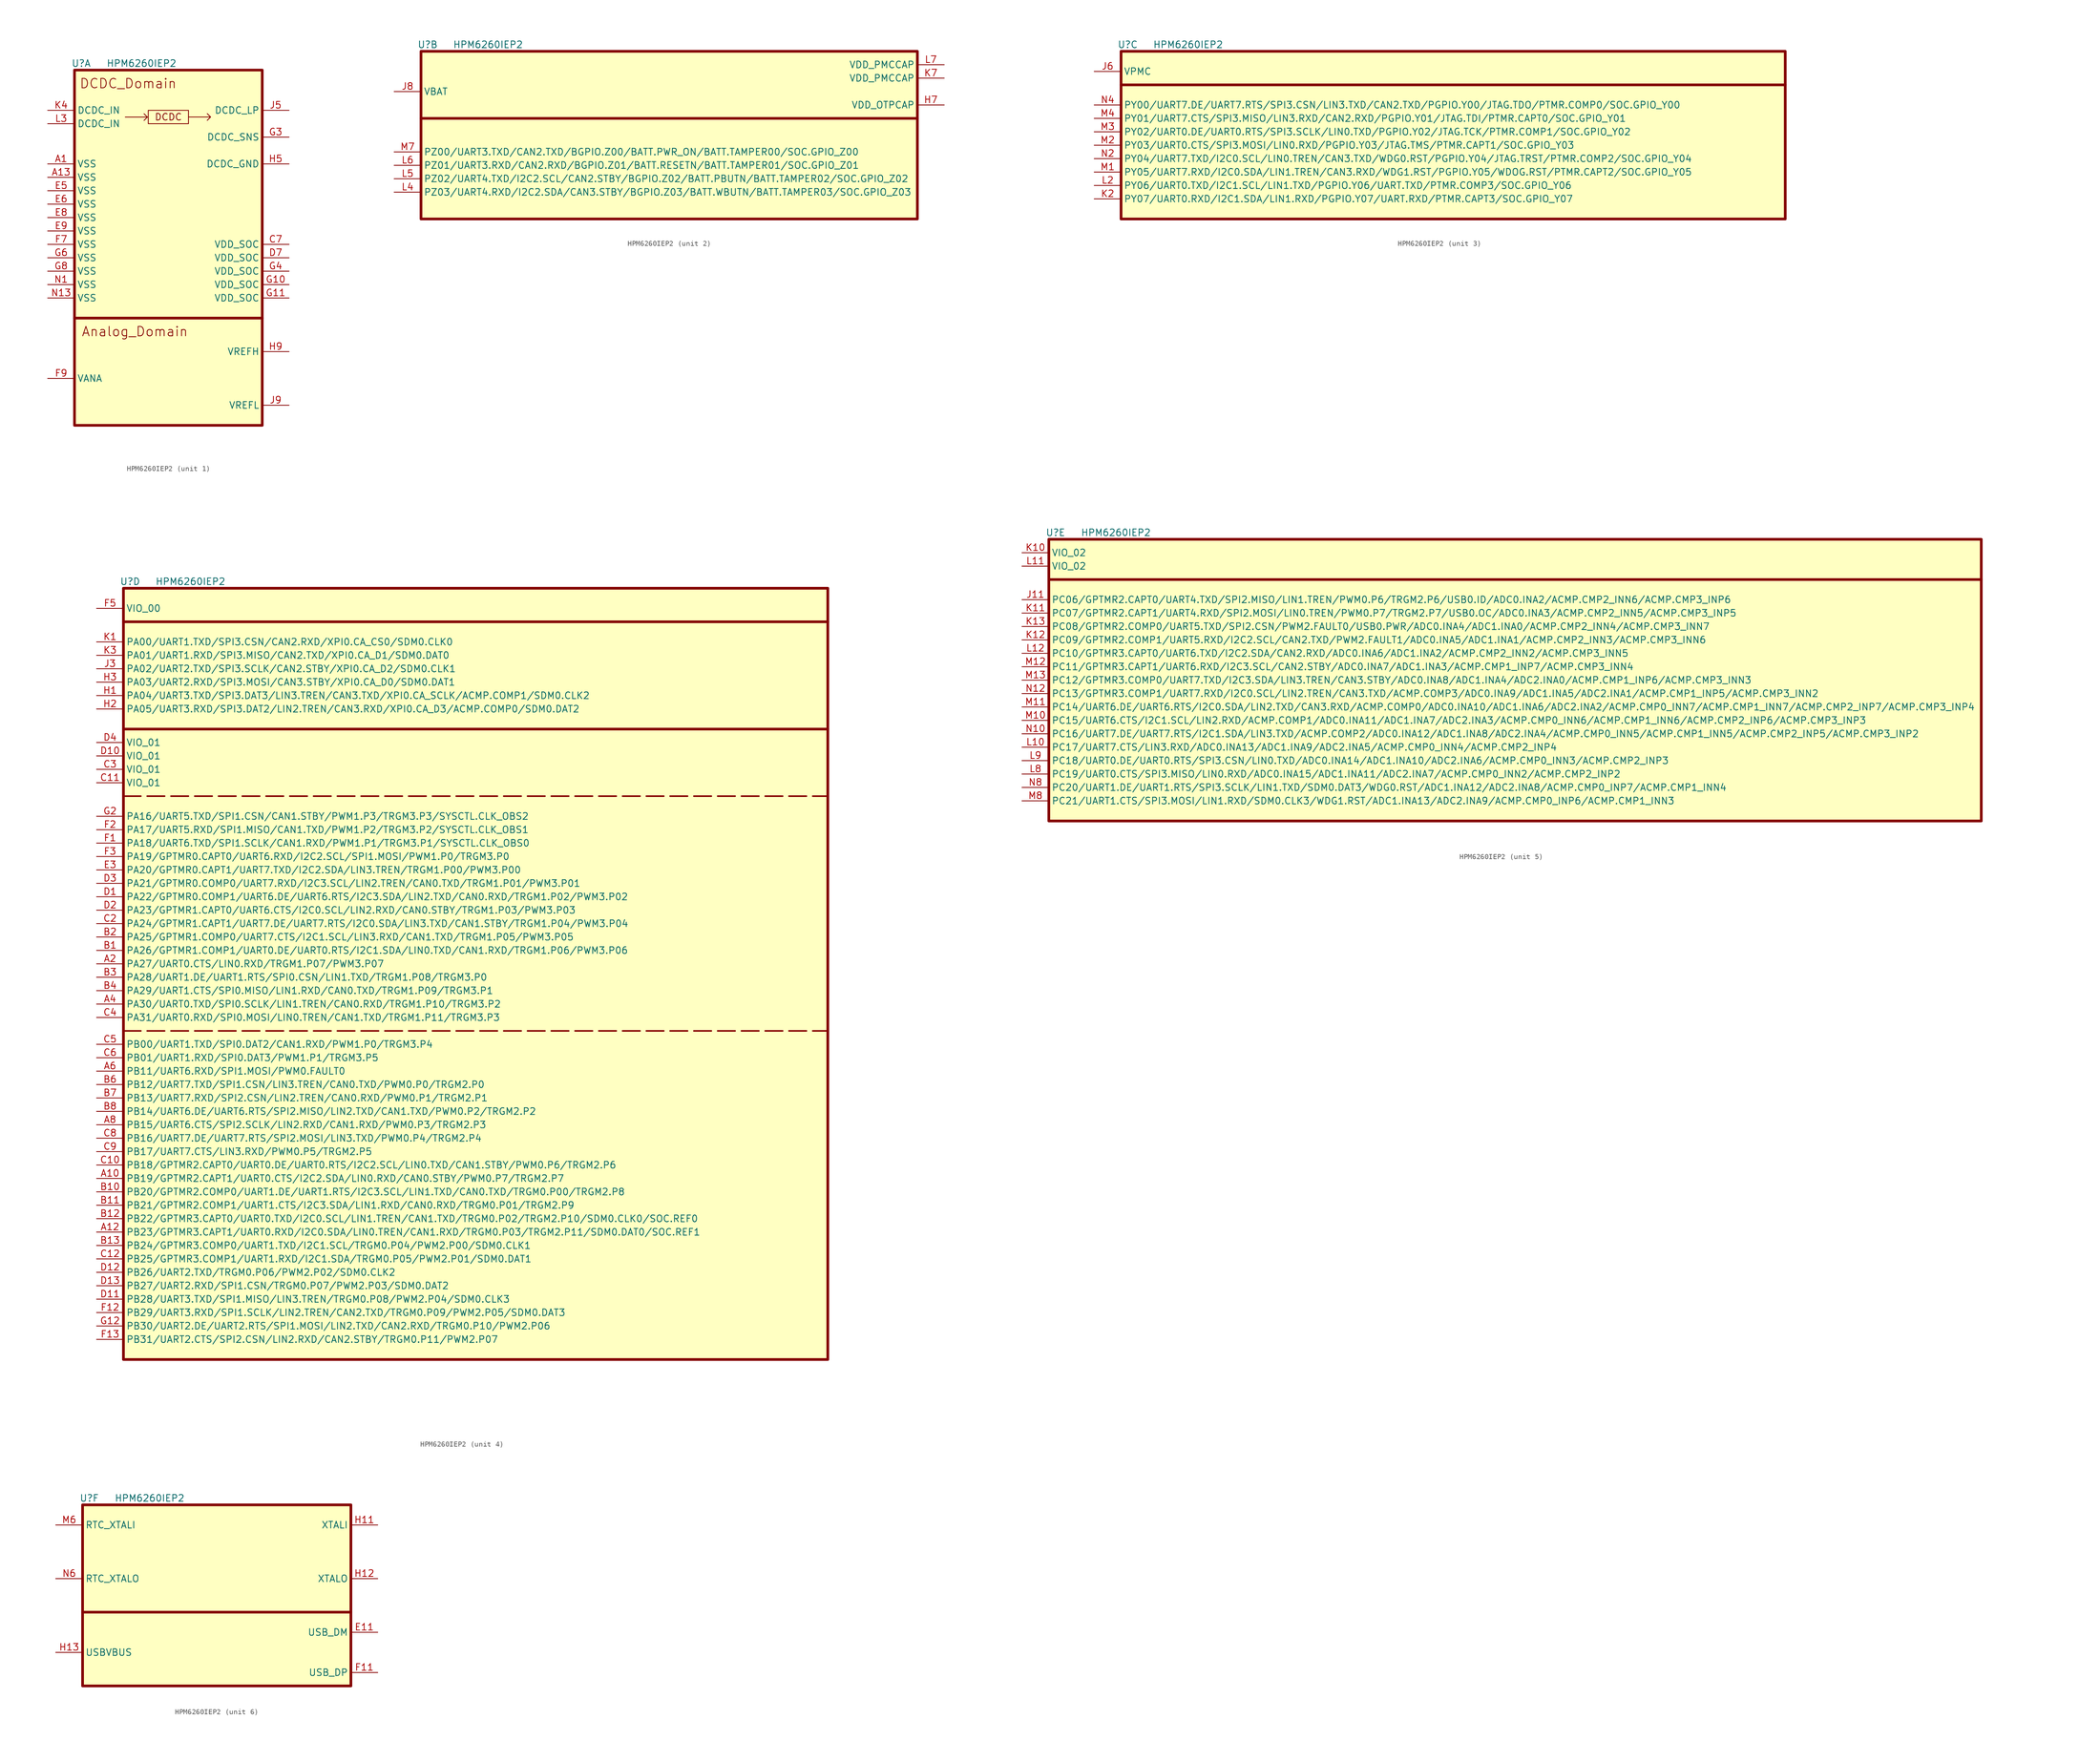
<source format=kicad_sym>
(kicad_symbol_lib
  (version 20220914)
  (generator kicad_symbol_editor)
  (symbol "HPM6260IEP2"
    (property "Reference" "U"
      (at 1.27 1.27 0)
      (effects (font (size 1.27 1.27))))
    (property "Value" "HPM6260IEP2"
      (at 12.7 1.27 0)
      (effects (font (size 1.27 1.27))))
    (symbol "HPM6260IEP2_1_1"
      (polyline (pts (xy 0 -46.99) (xy 35.56 -46.99)) (stroke (width 0.508) (type default)) (fill (type none)))
      (polyline (pts (xy 9.62 -8.907) (xy 9.999 -8.906) (xy 13.809 -8.906) (xy 13.174 -8.271) (xy 13.809 -8.906) (xy 13.174 -9.541)) (stroke (width 0) (type default)) (fill (type none)))
      (polyline (pts (xy 21.59 -8.89) (xy 21.97 -8.889) (xy 25.78 -8.889) (xy 25.145 -8.254) (xy 25.78 -8.889) (xy 25.145 -9.524)) (stroke (width 0) (type default)) (fill (type none)))
      (rectangle (start 0 0) (end 35.56 -67.31) (stroke (width 0.5) (type default)) (fill (type background)))
      (rectangle (start 13.97 -7.62) (end 21.59 -10.16) (stroke (width 0) (type default)) (fill (type none)))
      (text "Analog_Domain" (at 11.43 -49.53 0) (effects (font (size 1.778 1.778))))
      (text "DCDC" (at 17.78 -8.89 0) (effects (font (size 1.27 1.27))))
      (text "DCDC_Domain" (at 10.16 -2.54 0) (effects (font (size 1.778 1.778))))
      (pin power_out line (at -5.08 -17.78 0) (length 5.08) (name "VSS" (effects (font (size 1.27 1.27)))) (number "A1" (effects (font (size 1.27 1.27)))))
      (pin power_out line (at -5.08 -20.32 0) (length 5.08) (name "VSS" (effects (font (size 1.27 1.27)))) (number "A13" (effects (font (size 1.27 1.27)))))
      (pin power_in line (at 40.64 -33.02 180) (length 5.08) (name "VDD_SOC" (effects (font (size 1.27 1.27)))) (number "C7" (effects (font (size 1.27 1.27)))))
      (pin power_in line (at 40.64 -35.56 180) (length 5.08) (name "VDD_SOC" (effects (font (size 1.27 1.27)))) (number "D7" (effects (font (size 1.27 1.27)))))
      (pin power_out line (at -5.08 -22.86 0) (length 5.08) (name "VSS" (effects (font (size 1.27 1.27)))) (number "E5" (effects (font (size 1.27 1.27)))))
      (pin power_out line (at -5.08 -25.4 0) (length 5.08) (name "VSS" (effects (font (size 1.27 1.27)))) (number "E6" (effects (font (size 1.27 1.27)))))
      (pin power_out line (at -5.08 -27.94 0) (length 5.08) (name "VSS" (effects (font (size 1.27 1.27)))) (number "E8" (effects (font (size 1.27 1.27)))))
      (pin power_out line (at -5.08 -30.48 0) (length 5.08) (name "VSS" (effects (font (size 1.27 1.27)))) (number "E9" (effects (font (size 1.27 1.27)))))
      (pin power_out line (at -5.08 -33.02 0) (length 5.08) (name "VSS" (effects (font (size 1.27 1.27)))) (number "F7" (effects (font (size 1.27 1.27)))))
      (pin power_in line (at -5.08 -58.42 0) (length 5.08) (name "VANA" (effects (font (size 1.27 1.27)))) (number "F9" (effects (font (size 1.27 1.27)))))
      (pin power_in line (at 40.64 -40.64 180) (length 5.08) (name "VDD_SOC" (effects (font (size 1.27 1.27)))) (number "G10" (effects (font (size 1.27 1.27)))))
      (pin power_in line (at 40.64 -43.18 180) (length 5.08) (name "VDD_SOC" (effects (font (size 1.27 1.27)))) (number "G11" (effects (font (size 1.27 1.27)))))
      (pin input line (at 40.64 -12.7 180) (length 5.08) (name "DCDC_SNS" (effects (font (size 1.27 1.27)))) (number "G3" (effects (font (size 1.27 1.27)))))
      (pin power_in line (at 40.64 -38.1 180) (length 5.08) (name "VDD_SOC" (effects (font (size 1.27 1.27)))) (number "G4" (effects (font (size 1.27 1.27)))))
      (pin power_out line (at -5.08 -35.56 0) (length 5.08) (name "VSS" (effects (font (size 1.27 1.27)))) (number "G6" (effects (font (size 1.27 1.27)))))
      (pin power_out line (at -5.08 -38.1 0) (length 5.08) (name "VSS" (effects (font (size 1.27 1.27)))) (number "G8" (effects (font (size 1.27 1.27)))))
      (pin power_out line (at 40.64 -17.78 180) (length 5.08) (name "DCDC_GND" (effects (font (size 1.27 1.27)))) (number "H5" (effects (font (size 1.27 1.27)))))
      (pin power_in line (at 40.64 -53.34 180) (length 5.08) (name "VREFH" (effects (font (size 1.27 1.27)))) (number "H9" (effects (font (size 1.27 1.27)))))
      (pin power_out line (at 40.64 -7.62 180) (length 5.08) (name "DCDC_LP" (effects (font (size 1.27 1.27)))) (number "J5" (effects (font (size 1.27 1.27)))))
      (pin power_out line (at 40.64 -63.5 180) (length 5.08) (name "VREFL" (effects (font (size 1.27 1.27)))) (number "J9" (effects (font (size 1.27 1.27)))))
      (pin power_in line (at -5.08 -7.62 0) (length 5.08) (name "DCDC_IN" (effects (font (size 1.27 1.27)))) (number "K4" (effects (font (size 1.27 1.27)))))
      (pin power_in line (at -5.08 -10.16 0) (length 5.08) (name "DCDC_IN" (effects (font (size 1.27 1.27)))) (number "L3" (effects (font (size 1.27 1.27)))))
      (pin power_out line (at -5.08 -40.64 0) (length 5.08) (name "VSS" (effects (font (size 1.27 1.27)))) (number "N1" (effects (font (size 1.27 1.27)))))
      (pin power_out line (at -5.08 -43.18 0) (length 5.08) (name "VSS" (effects (font (size 1.27 1.27)))) (number "N13" (effects (font (size 1.27 1.27))))))
    (symbol "HPM6260IEP2_2_1"
      (polyline (pts (xy 0 -12.7) (xy 93.98 -12.7)) (stroke (width 0.5) (type default)) (fill (type none)))
      (rectangle (start 0 0) (end 93.98 -31.75) (stroke (width 0.508) (type default)) (fill (type background)))
      (pin power_out line (at 99.06 -10.16 180) (length 5.08) (name "VDD_OTPCAP" (effects (font (size 1.27 1.27)))) (number "H7" (effects (font (size 1.27 1.27)))))
      (pin power_in line (at -5.08 -7.62 0) (length 5.08) (name "VBAT" (effects (font (size 1.27 1.27)))) (number "J8" (effects (font (size 1.27 1.27)))))
      (pin power_out line (at 99.06 -5.08 180) (length 5.08) (name "VDD_PMCCAP" (effects (font (size 1.27 1.27)))) (number "K7" (effects (font (size 1.27 1.27)))))
      (pin bidirectional line (at -5.08 -26.67 0) (length 5.08) (name "PZ03/UART4.RXD/I2C2.SDA/CAN3.STBY/BGPIO.Z03/BATT.WBUTN/BATT.TAMPER03/SOC.GPIO_Z03" (effects (font (size 1.27 1.27)))) (number "L4" (effects (font (size 1.27 1.27)))))
      (pin bidirectional line (at -5.08 -24.13 0) (length 5.08) (name "PZ02/UART4.TXD/I2C2.SCL/CAN2.STBY/BGPIO.Z02/BATT.PBUTN/BATT.TAMPER02/SOC.GPIO_Z02" (effects (font (size 1.27 1.27)))) (number "L5" (effects (font (size 1.27 1.27)))))
      (pin bidirectional line (at -5.08 -21.59 0) (length 5.08) (name "PZ01/UART3.RXD/CAN2.RXD/BGPIO.Z01/BATT.RESETN/BATT.TAMPER01/SOC.GPIO_Z01" (effects (font (size 1.27 1.27)))) (number "L6" (effects (font (size 1.27 1.27)))))
      (pin power_out line (at 99.06 -2.54 180) (length 5.08) (name "VDD_PMCCAP" (effects (font (size 1.27 1.27)))) (number "L7" (effects (font (size 1.27 1.27)))))
      (pin bidirectional line (at -5.08 -19.05 0) (length 5.08) (name "PZ00/UART3.TXD/CAN2.TXD/BGPIO.Z00/BATT.PWR_ON/BATT.TAMPER00/SOC.GPIO_Z00" (effects (font (size 1.27 1.27)))) (number "M7" (effects (font (size 1.27 1.27))))))
    (symbol "HPM6260IEP2_3_1"
      (polyline (pts (xy 0 -6.35) (xy 125.73 -6.35)) (stroke (width 0.5) (type default)) (fill (type none)))
      (rectangle (start 0 0) (end 125.73 -31.75) (stroke (width 0.508) (type default)) (fill (type background)))
      (pin bidirectional line (at -5.08 -3.81 0) (length 5.08) (name "VPMC" (effects (font (size 1.27 1.27)))) (number "J6" (effects (font (size 1.27 1.27)))))
      (pin bidirectional line (at -5.08 -27.94 0) (length 5.08) (name "PY07/UART0.RXD/I2C1.SDA/LIN1.RXD/PGPIO.Y07/UART.RXD/PTMR.CAPT3/SOC.GPIO_Y07" (effects (font (size 1.27 1.27)))) (number "K2" (effects (font (size 1.27 1.27)))))
      (pin bidirectional line (at -5.08 -25.4 0) (length 5.08) (name "PY06/UART0.TXD/I2C1.SCL/LIN1.TXD/PGPIO.Y06/UART.TXD/PTMR.COMP3/SOC.GPIO_Y06" (effects (font (size 1.27 1.27)))) (number "L2" (effects (font (size 1.27 1.27)))))
      (pin bidirectional line (at -5.08 -22.86 0) (length 5.08) (name "PY05/UART7.RXD/I2C0.SDA/LIN1.TREN/CAN3.RXD/WDG1.RST/PGPIO.Y05/WDOG.RST/PTMR.CAPT2/SOC.GPIO_Y05" (effects (font (size 1.27 1.27)))) (number "M1" (effects (font (size 1.27 1.27)))))
      (pin bidirectional line (at -5.08 -17.78 0) (length 5.08) (name "PY03/UART0.CTS/SPI3.MOSI/LIN0.RXD/PGPIO.Y03/JTAG.TMS/PTMR.CAPT1/SOC.GPIO_Y03" (effects (font (size 1.27 1.27)))) (number "M2" (effects (font (size 1.27 1.27)))))
      (pin bidirectional line (at -5.08 -15.24 0) (length 5.08) (name "PY02/UART0.DE/UART0.RTS/SPI3.SCLK/LIN0.TXD/PGPIO.Y02/JTAG.TCK/PTMR.COMP1/SOC.GPIO_Y02" (effects (font (size 1.27 1.27)))) (number "M3" (effects (font (size 1.27 1.27)))))
      (pin bidirectional line (at -5.08 -12.7 0) (length 5.08) (name "PY01/UART7.CTS/SPI3.MISO/LIN3.RXD/CAN2.RXD/PGPIO.Y01/JTAG.TDI/PTMR.CAPT0/SOC.GPIO_Y01" (effects (font (size 1.27 1.27)))) (number "M4" (effects (font (size 1.27 1.27)))))
      (pin bidirectional line (at -5.08 -20.32 0) (length 5.08) (name "PY04/UART7.TXD/I2C0.SCL/LIN0.TREN/CAN3.TXD/WDG0.RST/PGPIO.Y04/JTAG.TRST/PTMR.COMP2/SOC.GPIO_Y04" (effects (font (size 1.27 1.27)))) (number "N2" (effects (font (size 1.27 1.27)))))
      (pin bidirectional line (at -5.08 -10.16 0) (length 5.08) (name "PY00/UART7.DE/UART7.RTS/SPI3.CSN/LIN3.TXD/CAN2.TXD/PGPIO.Y00/JTAG.TDO/PTMR.COMP0/SOC.GPIO_Y00" (effects (font (size 1.27 1.27)))) (number "N4" (effects (font (size 1.27 1.27))))))
    (symbol "HPM6260IEP2_4_1"
      (polyline (pts (xy 0 -83.82) (xy 133.35 -83.82)) (stroke (width 0.3) (type dash)) (fill (type none)))
      (polyline (pts (xy 0 -39.37) (xy 133.35 -39.37)) (stroke (width 0.3) (type dash)) (fill (type none)))
      (polyline (pts (xy 0 -26.67) (xy 133.35 -26.67)) (stroke (width 0.5) (type default)) (fill (type none)))
      (polyline (pts (xy 0 -6.35) (xy 133.35 -6.35)) (stroke (width 0.5) (type default)) (fill (type none)))
      (rectangle (start 0 0) (end 133.35 -146.05) (stroke (width 0.508) (type default)) (fill (type background)))
      (pin bidirectional line (at -5.08 -111.76 0) (length 5.08) (name "PB19/GPTMR2.CAPT1/UART0.CTS/I2C2.SDA/LIN0.RXD/CAN0.STBY/PWM0.P7/TRGM2.P7" (effects (font (size 1.27 1.27)))) (number "A10" (effects (font (size 1.27 1.27)))))
      (pin bidirectional line (at -5.08 -121.92 0) (length 5.08) (name "PB23/GPTMR3.CAPT1/UART0.RXD/I2C0.SDA/LIN0.TREN/CAN1.RXD/TRGM0.P03/TRGM2.P11/SDM0.DAT0/SOC.REF1" (effects (font (size 1.27 1.27)))) (number "A12" (effects (font (size 1.27 1.27)))))
      (pin bidirectional line (at -5.08 -71.12 0) (length 5.08) (name "PA27/UART0.CTS/LIN0.RXD/TRGM1.P07/PWM3.P07" (effects (font (size 1.27 1.27)))) (number "A2" (effects (font (size 1.27 1.27)))))
      (pin bidirectional line (at -5.08 -78.74 0) (length 5.08) (name "PA30/UART0.TXD/SPI0.SCLK/LIN1.TREN/CAN0.RXD/TRGM1.P10/TRGM3.P2" (effects (font (size 1.27 1.27)))) (number "A4" (effects (font (size 1.27 1.27)))))
      (pin bidirectional line (at -5.08 -91.44 0) (length 5.08) (name "PB11/UART6.RXD/SPI1.MOSI/PWM0.FAULT0" (effects (font (size 1.27 1.27)))) (number "A6" (effects (font (size 1.27 1.27)))))
      (pin bidirectional line (at -5.08 -101.6 0) (length 5.08) (name "PB15/UART6.CTS/SPI2.SCLK/LIN2.RXD/CAN1.RXD/PWM0.P3/TRGM2.P3" (effects (font (size 1.27 1.27)))) (number "A8" (effects (font (size 1.27 1.27)))))
      (pin bidirectional line (at -5.08 -68.58 0) (length 5.08) (name "PA26/GPTMR1.COMP1/UART0.DE/UART0.RTS/I2C1.SDA/LIN0.TXD/CAN1.RXD/TRGM1.P06/PWM3.P06" (effects (font (size 1.27 1.27)))) (number "B1" (effects (font (size 1.27 1.27)))))
      (pin bidirectional line (at -5.08 -114.3 0) (length 5.08) (name "PB20/GPTMR2.COMP0/UART1.DE/UART1.RTS/I2C3.SCL/LIN1.TXD/CAN0.TXD/TRGM0.P00/TRGM2.P8" (effects (font (size 1.27 1.27)))) (number "B10" (effects (font (size 1.27 1.27)))))
      (pin bidirectional line (at -5.08 -116.84 0) (length 5.08) (name "PB21/GPTMR2.COMP1/UART1.CTS/I2C3.SDA/LIN1.RXD/CAN0.RXD/TRGM0.P01/TRGM2.P9" (effects (font (size 1.27 1.27)))) (number "B11" (effects (font (size 1.27 1.27)))))
      (pin bidirectional line (at -5.08 -119.38 0) (length 5.08) (name "PB22/GPTMR3.CAPT0/UART0.TXD/I2C0.SCL/LIN1.TREN/CAN1.TXD/TRGM0.P02/TRGM2.P10/SDM0.CLK0/SOC.REF0" (effects (font (size 1.27 1.27)))) (number "B12" (effects (font (size 1.27 1.27)))))
      (pin bidirectional line (at -5.08 -124.46 0) (length 5.08) (name "PB24/GPTMR3.COMP0/UART1.TXD/I2C1.SCL/TRGM0.P04/PWM2.P00/SDM0.CLK1" (effects (font (size 1.27 1.27)))) (number "B13" (effects (font (size 1.27 1.27)))))
      (pin bidirectional line (at -5.08 -66.04 0) (length 5.08) (name "PA25/GPTMR1.COMP0/UART7.CTS/I2C1.SCL/LIN3.RXD/CAN1.TXD/TRGM1.P05/PWM3.P05" (effects (font (size 1.27 1.27)))) (number "B2" (effects (font (size 1.27 1.27)))))
      (pin bidirectional line (at -5.08 -73.66 0) (length 5.08) (name "PA28/UART1.DE/UART1.RTS/SPI0.CSN/LIN1.TXD/TRGM1.P08/TRGM3.P0" (effects (font (size 1.27 1.27)))) (number "B3" (effects (font (size 1.27 1.27)))))
      (pin bidirectional line (at -5.08 -76.2 0) (length 5.08) (name "PA29/UART1.CTS/SPI0.MISO/LIN1.RXD/CAN0.TXD/TRGM1.P09/TRGM3.P1" (effects (font (size 1.27 1.27)))) (number "B4" (effects (font (size 1.27 1.27)))))
      (pin bidirectional line (at -5.08 -93.98 0) (length 5.08) (name "PB12/UART7.TXD/SPI1.CSN/LIN3.TREN/CAN0.TXD/PWM0.P0/TRGM2.P0" (effects (font (size 1.27 1.27)))) (number "B6" (effects (font (size 1.27 1.27)))))
      (pin bidirectional line (at -5.08 -96.52 0) (length 5.08) (name "PB13/UART7.RXD/SPI2.CSN/LIN2.TREN/CAN0.RXD/PWM0.P1/TRGM2.P1" (effects (font (size 1.27 1.27)))) (number "B7" (effects (font (size 1.27 1.27)))))
      (pin bidirectional line (at -5.08 -99.06 0) (length 5.08) (name "PB14/UART6.DE/UART6.RTS/SPI2.MISO/LIN2.TXD/CAN1.TXD/PWM0.P2/TRGM2.P2" (effects (font (size 1.27 1.27)))) (number "B8" (effects (font (size 1.27 1.27)))))
      (pin bidirectional line (at -5.08 -109.22 0) (length 5.08) (name "PB18/GPTMR2.CAPT0/UART0.DE/UART0.RTS/I2C2.SCL/LIN0.TXD/CAN1.STBY/PWM0.P6/TRGM2.P6" (effects (font (size 1.27 1.27)))) (number "C10" (effects (font (size 1.27 1.27)))))
      (pin power_in line (at -5.08 -36.83 0) (length 5.08) (name "VIO_01" (effects (font (size 1.27 1.27)))) (number "C11" (effects (font (size 1.27 1.27)))))
      (pin bidirectional line (at -5.08 -127 0) (length 5.08) (name "PB25/GPTMR3.COMP1/UART1.RXD/I2C1.SDA/TRGM0.P05/PWM2.P01/SDM0.DAT1" (effects (font (size 1.27 1.27)))) (number "C12" (effects (font (size 1.27 1.27)))))
      (pin bidirectional line (at -5.08 -63.5 0) (length 5.08) (name "PA24/GPTMR1.CAPT1/UART7.DE/UART7.RTS/I2C0.SDA/LIN3.TXD/CAN1.STBY/TRGM1.P04/PWM3.P04" (effects (font (size 1.27 1.27)))) (number "C2" (effects (font (size 1.27 1.27)))))
      (pin power_in line (at -5.08 -34.29 0) (length 5.08) (name "VIO_01" (effects (font (size 1.27 1.27)))) (number "C3" (effects (font (size 1.27 1.27)))))
      (pin bidirectional line (at -5.08 -81.28 0) (length 5.08) (name "PA31/UART0.RXD/SPI0.MOSI/LIN0.TREN/CAN1.TXD/TRGM1.P11/TRGM3.P3" (effects (font (size 1.27 1.27)))) (number "C4" (effects (font (size 1.27 1.27)))))
      (pin bidirectional line (at -5.08 -86.36 0) (length 5.08) (name "PB00/UART1.TXD/SPI0.DAT2/CAN1.RXD/PWM1.P0/TRGM3.P4" (effects (font (size 1.27 1.27)))) (number "C5" (effects (font (size 1.27 1.27)))))
      (pin bidirectional line (at -5.08 -88.9 0) (length 5.08) (name "PB01/UART1.RXD/SPI0.DAT3/PWM1.P1/TRGM3.P5" (effects (font (size 1.27 1.27)))) (number "C6" (effects (font (size 1.27 1.27)))))
      (pin bidirectional line (at -5.08 -104.14 0) (length 5.08) (name "PB16/UART7.DE/UART7.RTS/SPI2.MOSI/LIN3.TXD/PWM0.P4/TRGM2.P4" (effects (font (size 1.27 1.27)))) (number "C8" (effects (font (size 1.27 1.27)))))
      (pin bidirectional line (at -5.08 -106.68 0) (length 5.08) (name "PB17/UART7.CTS/LIN3.RXD/PWM0.P5/TRGM2.P5" (effects (font (size 1.27 1.27)))) (number "C9" (effects (font (size 1.27 1.27)))))
      (pin bidirectional line (at -5.08 -58.42 0) (length 5.08) (name "PA22/GPTMR0.COMP1/UART6.DE/UART6.RTS/I2C3.SDA/LIN2.TXD/CAN0.RXD/TRGM1.P02/PWM3.P02" (effects (font (size 1.27 1.27)))) (number "D1" (effects (font (size 1.27 1.27)))))
      (pin power_in line (at -5.08 -31.75 0) (length 5.08) (name "VIO_01" (effects (font (size 1.27 1.27)))) (number "D10" (effects (font (size 1.27 1.27)))))
      (pin bidirectional line (at -5.08 -134.62 0) (length 5.08) (name "PB28/UART3.TXD/SPI1.MISO/LIN3.TREN/TRGM0.P08/PWM2.P04/SDM0.CLK3" (effects (font (size 1.27 1.27)))) (number "D11" (effects (font (size 1.27 1.27)))))
      (pin bidirectional line (at -5.08 -129.54 0) (length 5.08) (name "PB26/UART2.TXD/TRGM0.P06/PWM2.P02/SDM0.CLK2" (effects (font (size 1.27 1.27)))) (number "D12" (effects (font (size 1.27 1.27)))))
      (pin bidirectional line (at -5.08 -132.08 0) (length 5.08) (name "PB27/UART2.RXD/SPI1.CSN/TRGM0.P07/PWM2.P03/SDM0.DAT2" (effects (font (size 1.27 1.27)))) (number "D13" (effects (font (size 1.27 1.27)))))
      (pin bidirectional line (at -5.08 -60.96 0) (length 5.08) (name "PA23/GPTMR1.CAPT0/UART6.CTS/I2C0.SCL/LIN2.RXD/CAN0.STBY/TRGM1.P03/PWM3.P03" (effects (font (size 1.27 1.27)))) (number "D2" (effects (font (size 1.27 1.27)))))
      (pin bidirectional line (at -5.08 -55.88 0) (length 5.08) (name "PA21/GPTMR0.COMP0/UART7.RXD/I2C3.SCL/LIN2.TREN/CAN0.TXD/TRGM1.P01/PWM3.P01" (effects (font (size 1.27 1.27)))) (number "D3" (effects (font (size 1.27 1.27)))))
      (pin power_in line (at -5.08 -29.21 0) (length 5.08) (name "VIO_01" (effects (font (size 1.27 1.27)))) (number "D4" (effects (font (size 1.27 1.27)))))
      (pin bidirectional line (at -5.08 -53.34 0) (length 5.08) (name "PA20/GPTMR0.CAPT1/UART7.TXD/I2C2.SDA/LIN3.TREN/TRGM1.P00/PWM3.P00" (effects (font (size 1.27 1.27)))) (number "E3" (effects (font (size 1.27 1.27)))))
      (pin bidirectional line (at -5.08 -48.26 0) (length 5.08) (name "PA18/UART6.TXD/SPI1.SCLK/CAN1.RXD/PWM1.P1/TRGM3.P1/SYSCTL.CLK_OBS0" (effects (font (size 1.27 1.27)))) (number "F1" (effects (font (size 1.27 1.27)))))
      (pin bidirectional line (at -5.08 -137.16 0) (length 5.08) (name "PB29/UART3.RXD/SPI1.SCLK/LIN2.TREN/CAN2.TXD/TRGM0.P09/PWM2.P05/SDM0.DAT3" (effects (font (size 1.27 1.27)))) (number "F12" (effects (font (size 1.27 1.27)))))
      (pin bidirectional line (at -5.08 -142.24 0) (length 5.08) (name "PB31/UART2.CTS/SPI2.CSN/LIN2.RXD/CAN2.STBY/TRGM0.P11/PWM2.P07" (effects (font (size 1.27 1.27)))) (number "F13" (effects (font (size 1.27 1.27)))))
      (pin bidirectional line (at -5.08 -45.72 0) (length 5.08) (name "PA17/UART5.RXD/SPI1.MISO/CAN1.TXD/PWM1.P2/TRGM3.P2/SYSCTL.CLK_OBS1" (effects (font (size 1.27 1.27)))) (number "F2" (effects (font (size 1.27 1.27)))))
      (pin bidirectional line (at -5.08 -50.8 0) (length 5.08) (name "PA19/GPTMR0.CAPT0/UART6.RXD/I2C2.SCL/SPI1.MOSI/PWM1.P0/TRGM3.P0" (effects (font (size 1.27 1.27)))) (number "F3" (effects (font (size 1.27 1.27)))))
      (pin power_in line (at -5.08 -3.81 0) (length 5.08) (name "VIO_00" (effects (font (size 1.27 1.27)))) (number "F5" (effects (font (size 1.27 1.27)))))
      (pin bidirectional line (at -5.08 -139.7 0) (length 5.08) (name "PB30/UART2.DE/UART2.RTS/SPI1.MOSI/LIN2.TXD/CAN2.RXD/TRGM0.P10/PWM2.P06" (effects (font (size 1.27 1.27)))) (number "G12" (effects (font (size 1.27 1.27)))))
      (pin bidirectional line (at -5.08 -43.18 0) (length 5.08) (name "PA16/UART5.TXD/SPI1.CSN/CAN1.STBY/PWM1.P3/TRGM3.P3/SYSCTL.CLK_OBS2" (effects (font (size 1.27 1.27)))) (number "G2" (effects (font (size 1.27 1.27)))))
      (pin bidirectional line (at -5.08 -20.32 0) (length 5.08) (name "PA04/UART3.TXD/SPI3.DAT3/LIN3.TREN/CAN3.TXD/XPI0.CA_SCLK/ACMP.COMP1/SDM0.CLK2" (effects (font (size 1.27 1.27)))) (number "H1" (effects (font (size 1.27 1.27)))))
      (pin bidirectional line (at -5.08 -22.86 0) (length 5.08) (name "PA05/UART3.RXD/SPI3.DAT2/LIN2.TREN/CAN3.RXD/XPI0.CA_D3/ACMP.COMP0/SDM0.DAT2" (effects (font (size 1.27 1.27)))) (number "H2" (effects (font (size 1.27 1.27)))))
      (pin bidirectional line (at -5.08 -17.78 0) (length 5.08) (name "PA03/UART2.RXD/SPI3.MOSI/CAN3.STBY/XPI0.CA_D0/SDM0.DAT1" (effects (font (size 1.27 1.27)))) (number "H3" (effects (font (size 1.27 1.27)))))
      (pin bidirectional line (at -5.08 -15.24 0) (length 5.08) (name "PA02/UART2.TXD/SPI3.SCLK/CAN2.STBY/XPI0.CA_D2/SDM0.CLK1" (effects (font (size 1.27 1.27)))) (number "J3" (effects (font (size 1.27 1.27)))))
      (pin bidirectional line (at -5.08 -10.16 0) (length 5.08) (name "PA00/UART1.TXD/SPI3.CSN/CAN2.RXD/XPI0.CA_CS0/SDM0.CLK0" (effects (font (size 1.27 1.27)))) (number "K1" (effects (font (size 1.27 1.27)))))
      (pin bidirectional line (at -5.08 -12.7 0) (length 5.08) (name "PA01/UART1.RXD/SPI3.MISO/CAN2.TXD/XPI0.CA_D1/SDM0.DAT0" (effects (font (size 1.27 1.27)))) (number "K3" (effects (font (size 1.27 1.27))))))
    (symbol "HPM6260IEP2_5_1"
      (polyline (pts (xy 176.53 -7.62) (xy 0 -7.62)) (stroke (width 0.5) (type default)) (fill (type none)))
      (rectangle (start 0 0) (end 176.53 -53.34) (stroke (width 0.508) (type default)) (fill (type background)))
      (pin bidirectional line (at -5.08 -11.43 0) (length 5.08) (name "PC06/GPTMR2.CAPT0/UART4.TXD/SPI2.MISO/LIN1.TREN/PWM0.P6/TRGM2.P6/USB0.ID/ADC0.INA2/ACMP.CMP2_INN6/ACMP.CMP3_INP6" (effects (font (size 1.27 1.27)))) (number "J11" (effects (font (size 1.27 1.27)))))
      (pin power_in line (at -5.08 -2.54 0) (length 5.08) (name "VIO_02" (effects (font (size 1.27 1.27)))) (number "K10" (effects (font (size 1.27 1.27)))))
      (pin bidirectional line (at -5.08 -13.97 0) (length 5.08) (name "PC07/GPTMR2.CAPT1/UART4.RXD/SPI2.MOSI/LIN0.TREN/PWM0.P7/TRGM2.P7/USB0.OC/ADC0.INA3/ACMP.CMP2_INN5/ACMP.CMP3_INP5" (effects (font (size 1.27 1.27)))) (number "K11" (effects (font (size 1.27 1.27)))))
      (pin bidirectional line (at -5.08 -19.05 0) (length 5.08) (name "PC09/GPTMR2.COMP1/UART5.RXD/I2C2.SCL/CAN2.TXD/PWM2.FAULT1/ADC0.INA5/ADC1.INA1/ACMP.CMP2_INN3/ACMP.CMP3_INN6" (effects (font (size 1.27 1.27)))) (number "K12" (effects (font (size 1.27 1.27)))))
      (pin bidirectional line (at -5.08 -16.51 0) (length 5.08) (name "PC08/GPTMR2.COMP0/UART5.TXD/SPI2.CSN/PWM2.FAULT0/USB0.PWR/ADC0.INA4/ADC1.INA0/ACMP.CMP2_INN4/ACMP.CMP3_INN7" (effects (font (size 1.27 1.27)))) (number "K13" (effects (font (size 1.27 1.27)))))
      (pin bidirectional line (at -5.08 -39.37 0) (length 5.08) (name "PC17/UART7.CTS/LIN3.RXD/ADC0.INA13/ADC1.INA9/ADC2.INA5/ACMP.CMP0_INN4/ACMP.CMP2_INP4" (effects (font (size 1.27 1.27)))) (number "L10" (effects (font (size 1.27 1.27)))))
      (pin power_in line (at -5.08 -5.08 0) (length 5.08) (name "VIO_02" (effects (font (size 1.27 1.27)))) (number "L11" (effects (font (size 1.27 1.27)))))
      (pin bidirectional line (at -5.08 -21.59 0) (length 5.08) (name "PC10/GPTMR3.CAPT0/UART6.TXD/I2C2.SDA/CAN2.RXD/ADC0.INA6/ADC1.INA2/ACMP.CMP2_INN2/ACMP.CMP3_INN5" (effects (font (size 1.27 1.27)))) (number "L12" (effects (font (size 1.27 1.27)))))
      (pin bidirectional line (at -5.08 -44.45 0) (length 5.08) (name "PC19/UART0.CTS/SPI3.MISO/LIN0.RXD/ADC0.INA15/ADC1.INA11/ADC2.INA7/ACMP.CMP0_INN2/ACMP.CMP2_INP2" (effects (font (size 1.27 1.27)))) (number "L8" (effects (font (size 1.27 1.27)))))
      (pin bidirectional line (at -5.08 -41.91 0) (length 5.08) (name "PC18/UART0.DE/UART0.RTS/SPI3.CSN/LIN0.TXD/ADC0.INA14/ADC1.INA10/ADC2.INA6/ACMP.CMP0_INN3/ACMP.CMP2_INP3" (effects (font (size 1.27 1.27)))) (number "L9" (effects (font (size 1.27 1.27)))))
      (pin bidirectional line (at -5.08 -34.29 0) (length 5.08) (name "PC15/UART6.CTS/I2C1.SCL/LIN2.RXD/ACMP.COMP1/ADC0.INA11/ADC1.INA7/ADC2.INA3/ACMP.CMP0_INN6/ACMP.CMP1_INN6/ACMP.CMP2_INP6/ACMP.CMP3_INP3" (effects (font (size 1.27 1.27)))) (number "M10" (effects (font (size 1.27 1.27)))))
      (pin bidirectional line (at -5.08 -31.75 0) (length 5.08) (name "PC14/UART6.DE/UART6.RTS/I2C0.SDA/LIN2.TXD/CAN3.RXD/ACMP.COMP0/ADC0.INA10/ADC1.INA6/ADC2.INA2/ACMP.CMP0_INN7/ACMP.CMP1_INN7/ACMP.CMP2_INP7/ACMP.CMP3_INP4" (effects (font (size 1.27 1.27)))) (number "M11" (effects (font (size 1.27 1.27)))))
      (pin bidirectional line (at -5.08 -24.13 0) (length 5.08) (name "PC11/GPTMR3.CAPT1/UART6.RXD/I2C3.SCL/CAN2.STBY/ADC0.INA7/ADC1.INA3/ACMP.CMP1_INP7/ACMP.CMP3_INN4" (effects (font (size 1.27 1.27)))) (number "M12" (effects (font (size 1.27 1.27)))))
      (pin bidirectional line (at -5.08 -26.67 0) (length 5.08) (name "PC12/GPTMR3.COMP0/UART7.TXD/I2C3.SDA/LIN3.TREN/CAN3.STBY/ADC0.INA8/ADC1.INA4/ADC2.INA0/ACMP.CMP1_INP6/ACMP.CMP3_INN3" (effects (font (size 1.27 1.27)))) (number "M13" (effects (font (size 1.27 1.27)))))
      (pin bidirectional line (at -5.08 -49.53 0) (length 5.08) (name "PC21/UART1.CTS/SPI3.MOSI/LIN1.RXD/SDM0.CLK3/WDG1.RST/ADC1.INA13/ADC2.INA9/ACMP.CMP0_INP6/ACMP.CMP1_INN3" (effects (font (size 1.27 1.27)))) (number "M8" (effects (font (size 1.27 1.27)))))
      (pin bidirectional line (at -5.08 -36.83 0) (length 5.08) (name "PC16/UART7.DE/UART7.RTS/I2C1.SDA/LIN3.TXD/ACMP.COMP2/ADC0.INA12/ADC1.INA8/ADC2.INA4/ACMP.CMP0_INN5/ACMP.CMP1_INN5/ACMP.CMP2_INP5/ACMP.CMP3_INP2" (effects (font (size 1.27 1.27)))) (number "N10" (effects (font (size 1.27 1.27)))))
      (pin bidirectional line (at -5.08 -29.21 0) (length 5.08) (name "PC13/GPTMR3.COMP1/UART7.RXD/I2C0.SCL/LIN2.TREN/CAN3.TXD/ACMP.COMP3/ADC0.INA9/ADC1.INA5/ADC2.INA1/ACMP.CMP1_INP5/ACMP.CMP3_INN2" (effects (font (size 1.27 1.27)))) (number "N12" (effects (font (size 1.27 1.27)))))
      (pin bidirectional line (at -5.08 -46.99 0) (length 5.08) (name "PC20/UART1.DE/UART1.RTS/SPI3.SCLK/LIN1.TXD/SDM0.DAT3/WDG0.RST/ADC1.INA12/ADC2.INA8/ACMP.CMP0_INP7/ACMP.CMP1_INN4" (effects (font (size 1.27 1.27)))) (number "N8" (effects (font (size 1.27 1.27))))))
    (symbol "HPM6260IEP2_6_1"
      (polyline (pts (xy 0 -20.32) (xy 50.8 -20.32)) (stroke (width 0.5) (type default)) (fill (type none)))
      (rectangle (start 0 0) (end 50.8 -34.29) (stroke (width 0.508) (type default)) (fill (type background)))
      (pin bidirectional line (at 55.88 -24.13 180) (length 5.08) (name "USB_DM" (effects (font (size 1.27 1.27)))) (number "E11" (effects (font (size 1.27 1.27)))))
      (pin bidirectional line (at 55.88 -31.75 180) (length 5.08) (name "USB_DP" (effects (font (size 1.27 1.27)))) (number "F11" (effects (font (size 1.27 1.27)))))
      (pin input line (at 55.88 -3.81 180) (length 5.08) (name "XTALI" (effects (font (size 1.27 1.27)))) (number "H11" (effects (font (size 1.27 1.27)))))
      (pin output line (at 55.88 -13.97 180) (length 5.08) (name "XTALO" (effects (font (size 1.27 1.27)))) (number "H12" (effects (font (size 1.27 1.27)))))
      (pin power_in line (at -5.08 -27.94 0) (length 5.08) (name "USBVBUS" (effects (font (size 1.27 1.27)))) (number "H13" (effects (font (size 1.27 1.27)))))
      (pin input line (at -5.08 -3.81 0) (length 5.08) (name "RTC_XTALI" (effects (font (size 1.27 1.27)))) (number "M6" (effects (font (size 1.27 1.27)))))
      (pin output line (at -5.08 -13.97 0) (length 5.08) (name "RTC_XTALO" (effects (font (size 1.27 1.27)))) (number "N6" (effects (font (size 1.27 1.27))))))))
</source>
